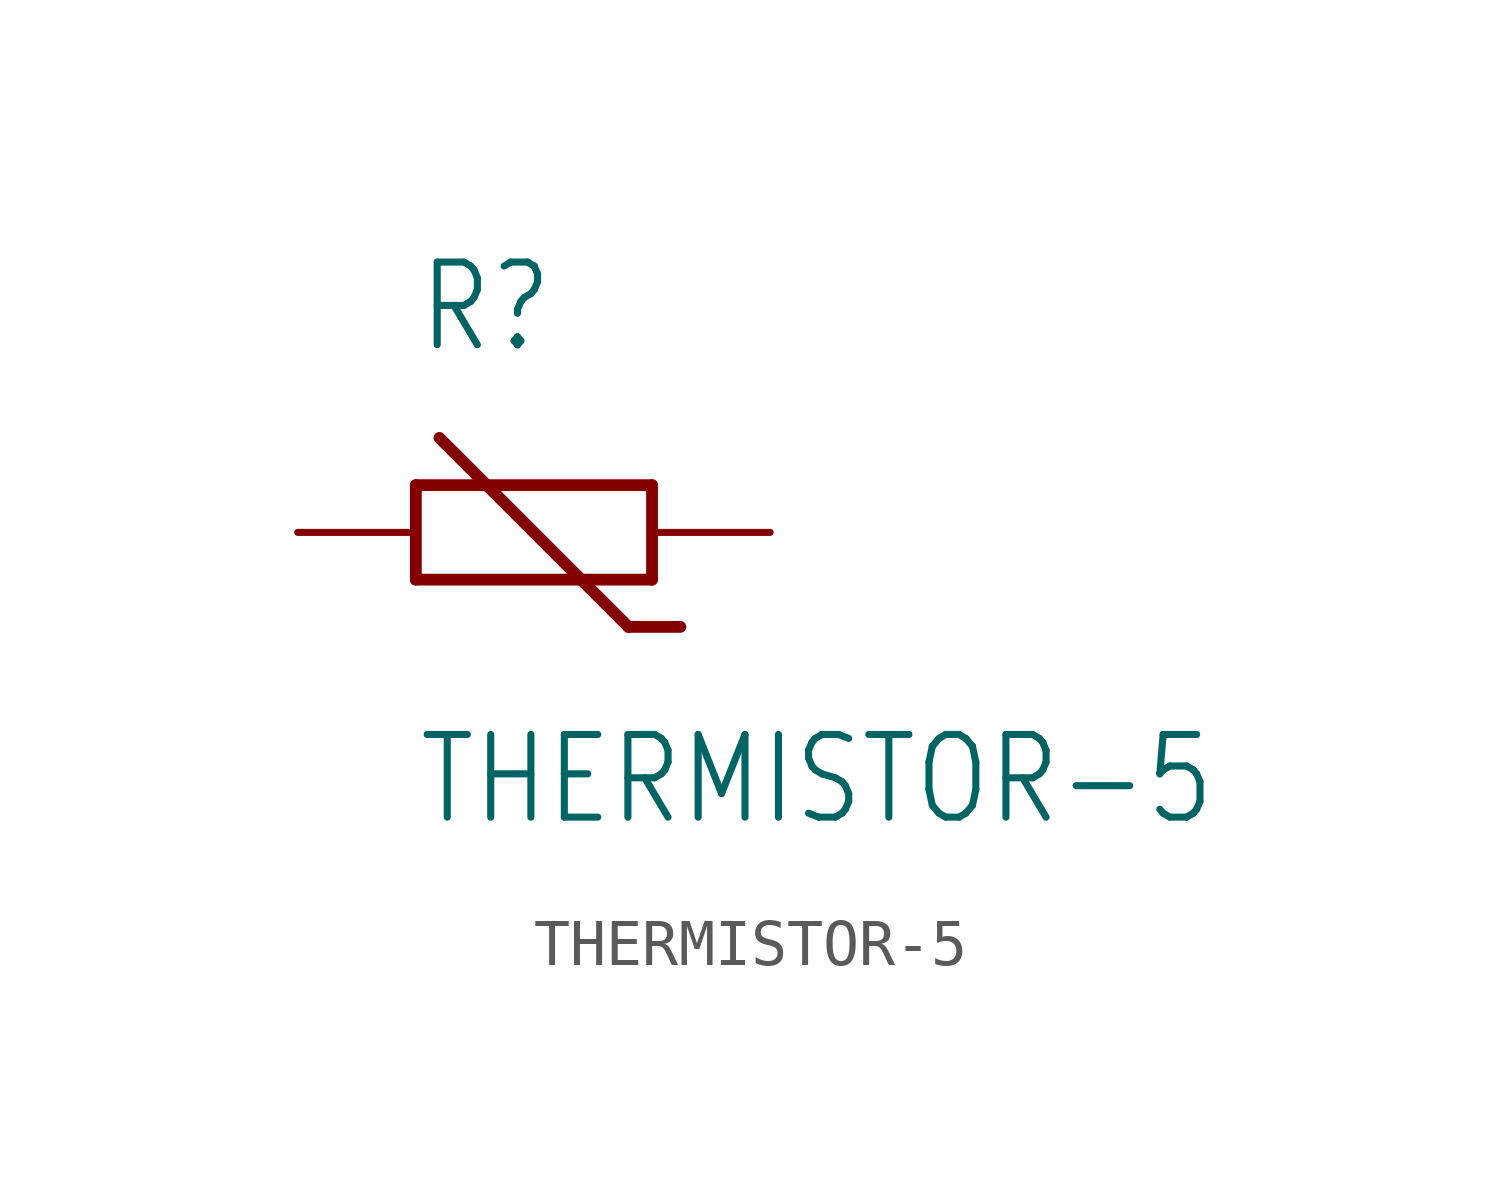
<source format=kicad_sym>
(kicad_symbol_lib
  (version 20211014)
  (generator kicad_symbol_editor)
  (symbol "THERMISTOR-5"
    (property "Reference" "R"
      (at -2.54 3.81 0)
      (effects (font (size 1.778 1.511)) (justify left bottom)))
    (property "Value" "THERMISTOR-5"
      (at -2.54 -6.35 0)
      (effects (font (size 1.778 1.511)) (justify left bottom)))
    (property "ki_locked" ""
      (at 0 0 0)
      (effects (font (size 1.27 1.27))))
    (symbol "THERMISTOR-5_1_0"
      (polyline (pts (xy -2.54 -1.016) (xy -2.54 1.016)) (stroke (width 0.254) (type default) (color 0 0 0 0)) (fill (type none)))
      (polyline (pts (xy -2.54 1.016) (xy 2.54 1.016)) (stroke (width 0.254) (type default) (color 0 0 0 0)) (fill (type none)))
      (polyline (pts (xy 2.032 -2.032) (xy -2.032 2.032)) (stroke (width 0.254) (type default) (color 0 0 0 0)) (fill (type none)))
      (polyline (pts (xy 2.54 -1.016) (xy -2.54 -1.016)) (stroke (width 0.254) (type default) (color 0 0 0 0)) (fill (type none)))
      (polyline (pts (xy 2.54 1.016) (xy 2.54 -1.016)) (stroke (width 0.254) (type default) (color 0 0 0 0)) (fill (type none)))
      (polyline (pts (xy 3.15 -2.032) (xy 2.032 -2.032)) (stroke (width 0.254) (type default) (color 0 0 0 0)) (fill (type none)))
      (pin passive line (at 5.08 0 180) (length 2.54) (name "1" (effects (font (size 0 0)))) (number "1" (effects (font (size 0 0)))))
      (pin passive line (at -5.08 0 0) (length 2.54) (name "2" (effects (font (size 0 0)))) (number "2" (effects (font (size 0 0))))))))
</source>
